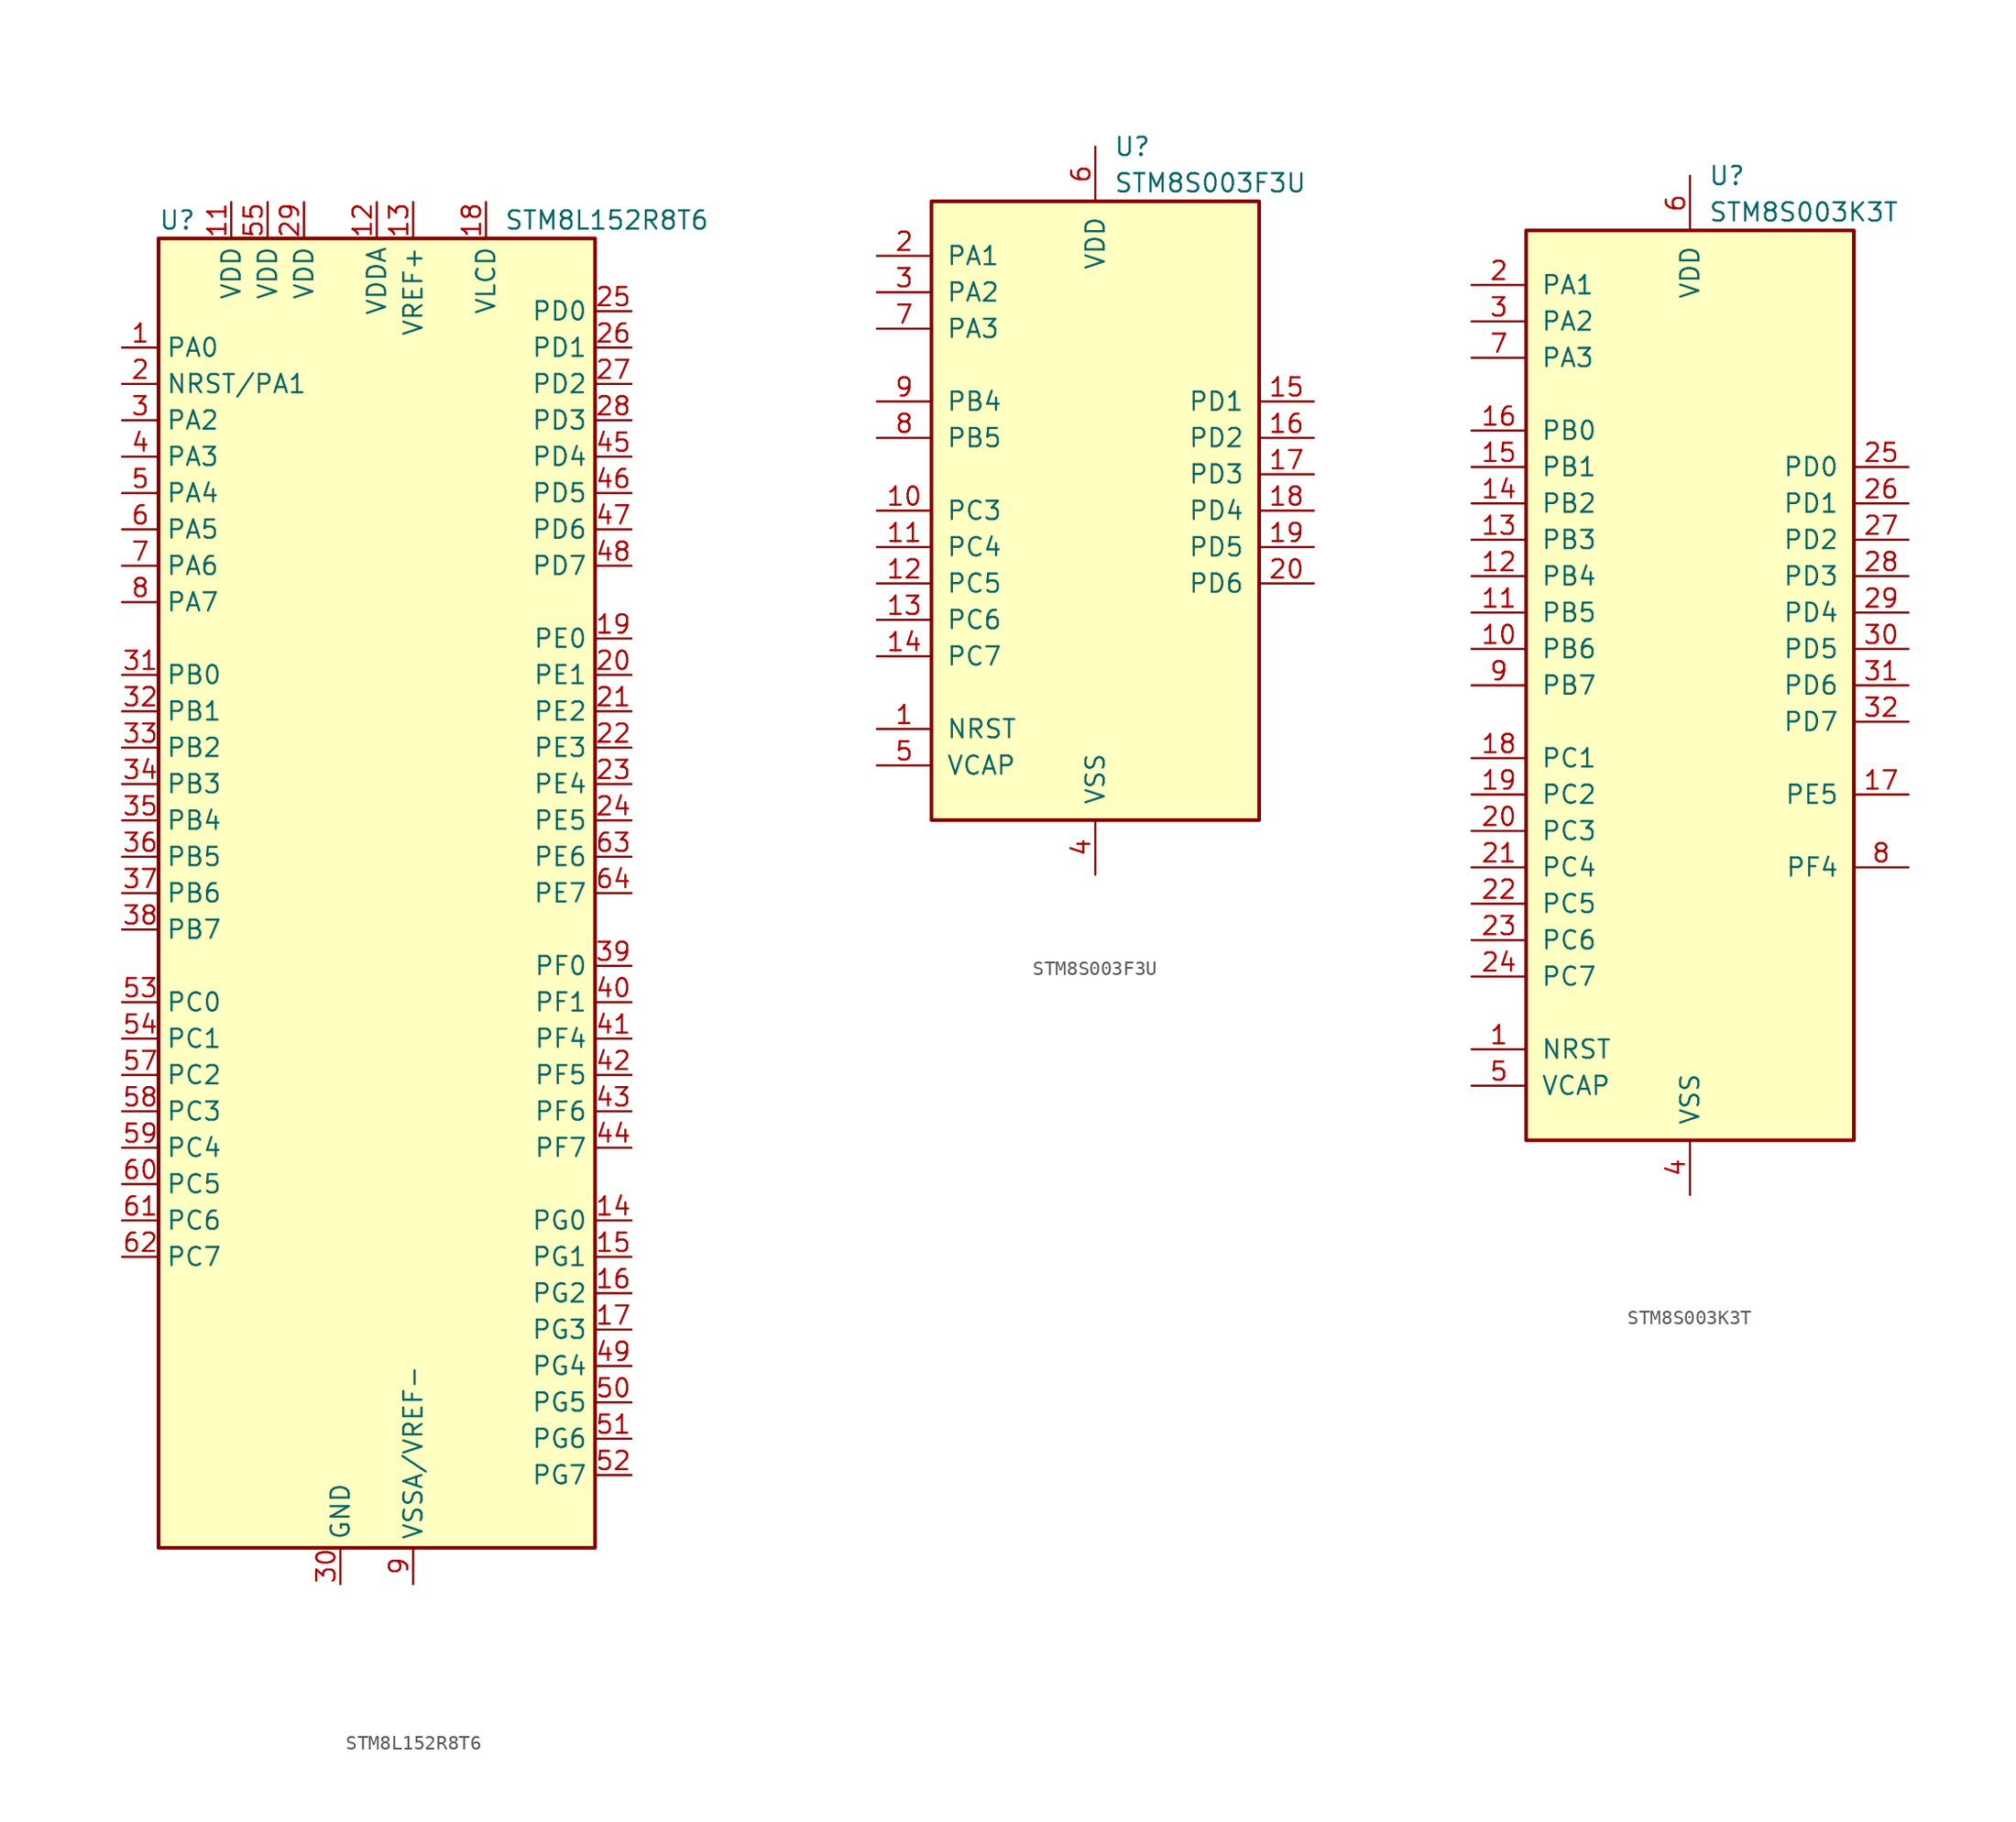
<source format=kicad_sym>
(kicad_symbol_lib
  (version 20211014)
  (generator kicad_symbol_editor)
  (symbol "STM8L152R8T6"
    (property "Reference" "U"
      (at -15.24 46.99 0)
      (effects (font (size 1.27 1.27)) (justify left)))
    (property "Value" "STM8L152R8T6"
      (at 8.89 46.99 0)
      (effects (font (size 1.27 1.27)) (justify left)))
    (symbol "STM8L152R8T6_0_0"
      (pin passive line (at -2.54 -48.26 90) (length 2.54) hide (name "GND" (effects (font (size 1.27 1.27)))) (number "10" (effects (font (size 1.27 1.27)))))
      (pin bidirectional line (at 17.78 12.7 180) (length 2.54) (name "PE2" (effects (font (size 1.27 1.27)))) (number "21" (effects (font (size 1.27 1.27)))))
      (pin bidirectional line (at 17.78 10.16 180) (length 2.54) (name "PE3" (effects (font (size 1.27 1.27)))) (number "22" (effects (font (size 1.27 1.27)))))
      (pin bidirectional line (at 17.78 7.62 180) (length 2.54) (name "PE4" (effects (font (size 1.27 1.27)))) (number "23" (effects (font (size 1.27 1.27)))))
      (pin bidirectional line (at 17.78 5.08 180) (length 2.54) (name "PE5" (effects (font (size 1.27 1.27)))) (number "24" (effects (font (size 1.27 1.27)))))
      (pin bidirectional line (at 17.78 40.64 180) (length 2.54) (name "PD0" (effects (font (size 1.27 1.27)))) (number "25" (effects (font (size 1.27 1.27)))))
      (pin bidirectional line (at 17.78 38.1 180) (length 2.54) (name "PD1" (effects (font (size 1.27 1.27)))) (number "26" (effects (font (size 1.27 1.27)))))
      (pin bidirectional line (at 17.78 35.56 180) (length 2.54) (name "PD2" (effects (font (size 1.27 1.27)))) (number "27" (effects (font (size 1.27 1.27)))))
      (pin bidirectional line (at 17.78 33.02 180) (length 2.54) (name "PD3" (effects (font (size 1.27 1.27)))) (number "28" (effects (font (size 1.27 1.27)))))
      (pin power_in line (at -5.08 48.26 270) (length 2.54) (name "VDD" (effects (font (size 1.27 1.27)))) (number "29" (effects (font (size 1.27 1.27)))))
      (pin power_in line (at -2.54 -48.26 90) (length 2.54) (name "GND" (effects (font (size 1.27 1.27)))) (number "30" (effects (font (size 1.27 1.27)))))
      (pin bidirectional line (at -17.78 15.24 0) (length 2.54) (name "PB0" (effects (font (size 1.27 1.27)))) (number "31" (effects (font (size 1.27 1.27)))))
      (pin bidirectional line (at -17.78 12.7 0) (length 2.54) (name "PB1" (effects (font (size 1.27 1.27)))) (number "32" (effects (font (size 1.27 1.27)))))
      (pin bidirectional line (at -17.78 10.16 0) (length 2.54) (name "PB2" (effects (font (size 1.27 1.27)))) (number "33" (effects (font (size 1.27 1.27)))))
      (pin bidirectional line (at -17.78 7.62 0) (length 2.54) (name "PB3" (effects (font (size 1.27 1.27)))) (number "34" (effects (font (size 1.27 1.27)))))
      (pin bidirectional line (at -17.78 5.08 0) (length 2.54) (name "PB4" (effects (font (size 1.27 1.27)))) (number "35" (effects (font (size 1.27 1.27)))))
      (pin bidirectional line (at -17.78 2.54 0) (length 2.54) (name "PB5" (effects (font (size 1.27 1.27)))) (number "36" (effects (font (size 1.27 1.27)))))
      (pin bidirectional line (at -17.78 0 0) (length 2.54) (name "PB6" (effects (font (size 1.27 1.27)))) (number "37" (effects (font (size 1.27 1.27)))))
      (pin bidirectional line (at -17.78 -2.54 0) (length 2.54) (name "PB7" (effects (font (size 1.27 1.27)))) (number "38" (effects (font (size 1.27 1.27)))))
      (pin bidirectional line (at 17.78 -5.08 180) (length 2.54) (name "PF0" (effects (font (size 1.27 1.27)))) (number "39" (effects (font (size 1.27 1.27)))))
      (pin bidirectional line (at 17.78 -7.62 180) (length 2.54) (name "PF1" (effects (font (size 1.27 1.27)))) (number "40" (effects (font (size 1.27 1.27)))))
      (pin bidirectional line (at 17.78 -10.16 180) (length 2.54) (name "PF4" (effects (font (size 1.27 1.27)))) (number "41" (effects (font (size 1.27 1.27)))))
      (pin bidirectional line (at 17.78 -12.7 180) (length 2.54) (name "PF5" (effects (font (size 1.27 1.27)))) (number "42" (effects (font (size 1.27 1.27)))))
      (pin bidirectional line (at 17.78 -15.24 180) (length 2.54) (name "PF6" (effects (font (size 1.27 1.27)))) (number "43" (effects (font (size 1.27 1.27)))))
      (pin bidirectional line (at 17.78 -17.78 180) (length 2.54) (name "PF7" (effects (font (size 1.27 1.27)))) (number "44" (effects (font (size 1.27 1.27)))))
      (pin bidirectional line (at 17.78 30.48 180) (length 2.54) (name "PD4" (effects (font (size 1.27 1.27)))) (number "45" (effects (font (size 1.27 1.27)))))
      (pin bidirectional line (at 17.78 27.94 180) (length 2.54) (name "PD5" (effects (font (size 1.27 1.27)))) (number "46" (effects (font (size 1.27 1.27)))))
      (pin bidirectional line (at 17.78 25.4 180) (length 2.54) (name "PD6" (effects (font (size 1.27 1.27)))) (number "47" (effects (font (size 1.27 1.27)))))
      (pin bidirectional line (at 17.78 22.86 180) (length 2.54) (name "PD7" (effects (font (size 1.27 1.27)))) (number "48" (effects (font (size 1.27 1.27)))))
      (pin bidirectional line (at 17.78 -33.02 180) (length 2.54) (name "PG4" (effects (font (size 1.27 1.27)))) (number "49" (effects (font (size 1.27 1.27)))))
      (pin bidirectional line (at 17.78 -35.56 180) (length 2.54) (name "PG5" (effects (font (size 1.27 1.27)))) (number "50" (effects (font (size 1.27 1.27)))))
      (pin bidirectional line (at 17.78 -38.1 180) (length 2.54) (name "PG6" (effects (font (size 1.27 1.27)))) (number "51" (effects (font (size 1.27 1.27)))))
      (pin bidirectional line (at 17.78 -40.64 180) (length 2.54) (name "PG7" (effects (font (size 1.27 1.27)))) (number "52" (effects (font (size 1.27 1.27)))))
      (pin bidirectional line (at -17.78 -7.62 0) (length 2.54) (name "PC0" (effects (font (size 1.27 1.27)))) (number "53" (effects (font (size 1.27 1.27)))))
      (pin bidirectional line (at -17.78 -10.16 0) (length 2.54) (name "PC1" (effects (font (size 1.27 1.27)))) (number "54" (effects (font (size 1.27 1.27)))))
      (pin power_in line (at -7.62 48.26 270) (length 2.54) (name "VDD" (effects (font (size 1.27 1.27)))) (number "55" (effects (font (size 1.27 1.27)))))
      (pin passive line (at -2.54 -48.26 90) (length 2.54) hide (name "GND" (effects (font (size 1.27 1.27)))) (number "56" (effects (font (size 1.27 1.27)))))
      (pin bidirectional line (at -17.78 -12.7 0) (length 2.54) (name "PC2" (effects (font (size 1.27 1.27)))) (number "57" (effects (font (size 1.27 1.27)))))
      (pin bidirectional line (at -17.78 -15.24 0) (length 2.54) (name "PC3" (effects (font (size 1.27 1.27)))) (number "58" (effects (font (size 1.27 1.27)))))
      (pin bidirectional line (at -17.78 -17.78 0) (length 2.54) (name "PC4" (effects (font (size 1.27 1.27)))) (number "59" (effects (font (size 1.27 1.27)))))
      (pin bidirectional line (at -17.78 -20.32 0) (length 2.54) (name "PC5" (effects (font (size 1.27 1.27)))) (number "60" (effects (font (size 1.27 1.27)))))
      (pin bidirectional line (at -17.78 -22.86 0) (length 2.54) (name "PC6" (effects (font (size 1.27 1.27)))) (number "61" (effects (font (size 1.27 1.27)))))
      (pin bidirectional line (at -17.78 -25.4 0) (length 2.54) (name "PC7" (effects (font (size 1.27 1.27)))) (number "62" (effects (font (size 1.27 1.27)))))
      (pin bidirectional line (at 17.78 2.54 180) (length 2.54) (name "PE6" (effects (font (size 1.27 1.27)))) (number "63" (effects (font (size 1.27 1.27)))))
      (pin bidirectional line (at 17.78 0 180) (length 2.54) (name "PE7" (effects (font (size 1.27 1.27)))) (number "64" (effects (font (size 1.27 1.27))))))
    (symbol "STM8L152R8T6_0_1"
      (rectangle (start -15.24 45.72) (end 15.24 -45.72) (stroke (width 0.254) (type default) (color 0 0 0 0)) (fill (type background))))
    (symbol "STM8L152R8T6_1_1"
      (pin bidirectional line (at -17.78 38.1 0) (length 2.54) (name "PA0" (effects (font (size 1.27 1.27)))) (number "1" (effects (font (size 1.27 1.27)))))
      (pin power_in line (at -10.16 48.26 270) (length 2.54) (name "VDD" (effects (font (size 1.27 1.27)))) (number "11" (effects (font (size 1.27 1.27)))))
      (pin power_in line (at 0 48.26 270) (length 2.54) (name "VDDA" (effects (font (size 1.27 1.27)))) (number "12" (effects (font (size 1.27 1.27)))))
      (pin power_in line (at 2.54 48.26 270) (length 2.54) (name "VREF+" (effects (font (size 1.27 1.27)))) (number "13" (effects (font (size 1.27 1.27)))))
      (pin bidirectional line (at 17.78 -22.86 180) (length 2.54) (name "PG0" (effects (font (size 1.27 1.27)))) (number "14" (effects (font (size 1.27 1.27)))))
      (pin bidirectional line (at 17.78 -25.4 180) (length 2.54) (name "PG1" (effects (font (size 1.27 1.27)))) (number "15" (effects (font (size 1.27 1.27)))))
      (pin bidirectional line (at 17.78 -27.94 180) (length 2.54) (name "PG2" (effects (font (size 1.27 1.27)))) (number "16" (effects (font (size 1.27 1.27)))))
      (pin bidirectional line (at 17.78 -30.48 180) (length 2.54) (name "PG3" (effects (font (size 1.27 1.27)))) (number "17" (effects (font (size 1.27 1.27)))))
      (pin power_in line (at 7.62 48.26 270) (length 2.54) (name "VLCD" (effects (font (size 1.27 1.27)))) (number "18" (effects (font (size 1.27 1.27)))))
      (pin bidirectional line (at 17.78 17.78 180) (length 2.54) (name "PE0" (effects (font (size 1.27 1.27)))) (number "19" (effects (font (size 1.27 1.27)))))
      (pin bidirectional line (at -17.78 35.56 0) (length 2.54) (name "NRST/PA1" (effects (font (size 1.27 1.27)))) (number "2" (effects (font (size 1.27 1.27)))))
      (pin bidirectional line (at 17.78 15.24 180) (length 2.54) (name "PE1" (effects (font (size 1.27 1.27)))) (number "20" (effects (font (size 1.27 1.27)))))
      (pin bidirectional line (at -17.78 33.02 0) (length 2.54) (name "PA2" (effects (font (size 1.27 1.27)))) (number "3" (effects (font (size 1.27 1.27)))))
      (pin bidirectional line (at -17.78 30.48 0) (length 2.54) (name "PA3" (effects (font (size 1.27 1.27)))) (number "4" (effects (font (size 1.27 1.27)))))
      (pin bidirectional line (at -17.78 27.94 0) (length 2.54) (name "PA4" (effects (font (size 1.27 1.27)))) (number "5" (effects (font (size 1.27 1.27)))))
      (pin bidirectional line (at -17.78 25.4 0) (length 2.54) (name "PA5" (effects (font (size 1.27 1.27)))) (number "6" (effects (font (size 1.27 1.27)))))
      (pin bidirectional line (at -17.78 22.86 0) (length 2.54) (name "PA6" (effects (font (size 1.27 1.27)))) (number "7" (effects (font (size 1.27 1.27)))))
      (pin bidirectional line (at -17.78 20.32 0) (length 2.54) (name "PA7" (effects (font (size 1.27 1.27)))) (number "8" (effects (font (size 1.27 1.27)))))
      (pin power_in line (at 2.54 -48.26 90) (length 2.54) (name "VSSA/VREF-" (effects (font (size 1.27 1.27)))) (number "9" (effects (font (size 1.27 1.27)))))))
  (symbol "STM8S003F3U"
    (pin_names
      (offset 1.016))
    (property "Reference" "U"
      (at 1.27 25.4 0)
      (effects (font (size 1.27 1.27)) (justify left)))
    (property "Value" "STM8S003F3U"
      (at 1.27 22.86 0)
      (effects (font (size 1.27 1.27)) (justify left)))
    (symbol "STM8S003F3U_0_1"
      (rectangle (start -11.43 21.59) (end 11.43 -21.59) (stroke (width 0.254) (type default) (color 0 0 0 0)) (fill (type background))))
    (symbol "STM8S003F3U_1_1"
      (pin input line (at -15.24 -15.24 0) (length 3.81) (name "NRST" (effects (font (size 1.27 1.27)))) (number "1" (effects (font (size 1.27 1.27)))))
      (pin bidirectional line (at -15.24 0 0) (length 3.81) (name "PC3" (effects (font (size 1.27 1.27)))) (number "10" (effects (font (size 1.27 1.27)))))
      (pin bidirectional line (at -15.24 -2.54 0) (length 3.81) (name "PC4" (effects (font (size 1.27 1.27)))) (number "11" (effects (font (size 1.27 1.27)))))
      (pin bidirectional line (at -15.24 -5.08 0) (length 3.81) (name "PC5" (effects (font (size 1.27 1.27)))) (number "12" (effects (font (size 1.27 1.27)))))
      (pin bidirectional line (at -15.24 -7.62 0) (length 3.81) (name "PC6" (effects (font (size 1.27 1.27)))) (number "13" (effects (font (size 1.27 1.27)))))
      (pin bidirectional line (at -15.24 -10.16 0) (length 3.81) (name "PC7" (effects (font (size 1.27 1.27)))) (number "14" (effects (font (size 1.27 1.27)))))
      (pin bidirectional line (at 15.24 7.62 180) (length 3.81) (name "PD1" (effects (font (size 1.27 1.27)))) (number "15" (effects (font (size 1.27 1.27)))))
      (pin bidirectional line (at 15.24 5.08 180) (length 3.81) (name "PD2" (effects (font (size 1.27 1.27)))) (number "16" (effects (font (size 1.27 1.27)))))
      (pin bidirectional line (at 15.24 2.54 180) (length 3.81) (name "PD3" (effects (font (size 1.27 1.27)))) (number "17" (effects (font (size 1.27 1.27)))))
      (pin bidirectional line (at 15.24 0 180) (length 3.81) (name "PD4" (effects (font (size 1.27 1.27)))) (number "18" (effects (font (size 1.27 1.27)))))
      (pin bidirectional line (at 15.24 -2.54 180) (length 3.81) (name "PD5" (effects (font (size 1.27 1.27)))) (number "19" (effects (font (size 1.27 1.27)))))
      (pin bidirectional line (at -15.24 17.78 0) (length 3.81) (name "PA1" (effects (font (size 1.27 1.27)))) (number "2" (effects (font (size 1.27 1.27)))))
      (pin bidirectional line (at 15.24 -5.08 180) (length 3.81) (name "PD6" (effects (font (size 1.27 1.27)))) (number "20" (effects (font (size 1.27 1.27)))))
      (pin bidirectional line (at -15.24 15.24 0) (length 3.81) (name "PA2" (effects (font (size 1.27 1.27)))) (number "3" (effects (font (size 1.27 1.27)))))
      (pin power_in line (at 0 -25.4 90) (length 3.81) (name "VSS" (effects (font (size 1.27 1.27)))) (number "4" (effects (font (size 1.27 1.27)))))
      (pin passive line (at -15.24 -17.78 0) (length 3.81) (name "VCAP" (effects (font (size 1.27 1.27)))) (number "5" (effects (font (size 1.27 1.27)))))
      (pin power_in line (at 0 25.4 270) (length 3.81) (name "VDD" (effects (font (size 1.27 1.27)))) (number "6" (effects (font (size 1.27 1.27)))))
      (pin bidirectional line (at -15.24 12.7 0) (length 3.81) (name "PA3" (effects (font (size 1.27 1.27)))) (number "7" (effects (font (size 1.27 1.27)))))
      (pin bidirectional line (at -15.24 5.08 0) (length 3.81) (name "PB5" (effects (font (size 1.27 1.27)))) (number "8" (effects (font (size 1.27 1.27)))))
      (pin bidirectional line (at -15.24 7.62 0) (length 3.81) (name "PB4" (effects (font (size 1.27 1.27)))) (number "9" (effects (font (size 1.27 1.27)))))))
  (symbol "STM8S003K3T"
    (pin_names
      (offset 1.016))
    (property "Reference" "U"
      (at 1.27 35.56 0)
      (effects (font (size 1.27 1.27)) (justify left)))
    (property "Value" "STM8S003K3T"
      (at 1.27 33.02 0)
      (effects (font (size 1.27 1.27)) (justify left)))
    (symbol "STM8S003K3T_0_1"
      (rectangle (start -11.43 31.75) (end 11.43 -31.75) (stroke (width 0.254) (type default) (color 0 0 0 0)) (fill (type background))))
    (symbol "STM8S003K3T_1_1"
      (pin input line (at -15.24 -25.4 0) (length 3.81) (name "NRST" (effects (font (size 1.27 1.27)))) (number "1" (effects (font (size 1.27 1.27)))))
      (pin bidirectional line (at -15.24 2.54 0) (length 3.81) (name "PB6" (effects (font (size 1.27 1.27)))) (number "10" (effects (font (size 1.27 1.27)))))
      (pin bidirectional line (at -15.24 5.08 0) (length 3.81) (name "PB5" (effects (font (size 1.27 1.27)))) (number "11" (effects (font (size 1.27 1.27)))))
      (pin bidirectional line (at -15.24 7.62 0) (length 3.81) (name "PB4" (effects (font (size 1.27 1.27)))) (number "12" (effects (font (size 1.27 1.27)))))
      (pin bidirectional line (at -15.24 10.16 0) (length 3.81) (name "PB3" (effects (font (size 1.27 1.27)))) (number "13" (effects (font (size 1.27 1.27)))))
      (pin bidirectional line (at -15.24 12.7 0) (length 3.81) (name "PB2" (effects (font (size 1.27 1.27)))) (number "14" (effects (font (size 1.27 1.27)))))
      (pin bidirectional line (at -15.24 15.24 0) (length 3.81) (name "PB1" (effects (font (size 1.27 1.27)))) (number "15" (effects (font (size 1.27 1.27)))))
      (pin bidirectional line (at -15.24 17.78 0) (length 3.81) (name "PB0" (effects (font (size 1.27 1.27)))) (number "16" (effects (font (size 1.27 1.27)))))
      (pin bidirectional line (at 15.24 -7.62 180) (length 3.81) (name "PE5" (effects (font (size 1.27 1.27)))) (number "17" (effects (font (size 1.27 1.27)))))
      (pin bidirectional line (at -15.24 -5.08 0) (length 3.81) (name "PC1" (effects (font (size 1.27 1.27)))) (number "18" (effects (font (size 1.27 1.27)))))
      (pin bidirectional line (at -15.24 -7.62 0) (length 3.81) (name "PC2" (effects (font (size 1.27 1.27)))) (number "19" (effects (font (size 1.27 1.27)))))
      (pin bidirectional line (at -15.24 27.94 0) (length 3.81) (name "PA1" (effects (font (size 1.27 1.27)))) (number "2" (effects (font (size 1.27 1.27)))))
      (pin bidirectional line (at -15.24 -10.16 0) (length 3.81) (name "PC3" (effects (font (size 1.27 1.27)))) (number "20" (effects (font (size 1.27 1.27)))))
      (pin bidirectional line (at -15.24 -12.7 0) (length 3.81) (name "PC4" (effects (font (size 1.27 1.27)))) (number "21" (effects (font (size 1.27 1.27)))))
      (pin bidirectional line (at -15.24 -15.24 0) (length 3.81) (name "PC5" (effects (font (size 1.27 1.27)))) (number "22" (effects (font (size 1.27 1.27)))))
      (pin bidirectional line (at -15.24 -17.78 0) (length 3.81) (name "PC6" (effects (font (size 1.27 1.27)))) (number "23" (effects (font (size 1.27 1.27)))))
      (pin bidirectional line (at -15.24 -20.32 0) (length 3.81) (name "PC7" (effects (font (size 1.27 1.27)))) (number "24" (effects (font (size 1.27 1.27)))))
      (pin bidirectional line (at 15.24 15.24 180) (length 3.81) (name "PD0" (effects (font (size 1.27 1.27)))) (number "25" (effects (font (size 1.27 1.27)))))
      (pin bidirectional line (at 15.24 12.7 180) (length 3.81) (name "PD1" (effects (font (size 1.27 1.27)))) (number "26" (effects (font (size 1.27 1.27)))))
      (pin bidirectional line (at 15.24 10.16 180) (length 3.81) (name "PD2" (effects (font (size 1.27 1.27)))) (number "27" (effects (font (size 1.27 1.27)))))
      (pin bidirectional line (at 15.24 7.62 180) (length 3.81) (name "PD3" (effects (font (size 1.27 1.27)))) (number "28" (effects (font (size 1.27 1.27)))))
      (pin bidirectional line (at 15.24 5.08 180) (length 3.81) (name "PD4" (effects (font (size 1.27 1.27)))) (number "29" (effects (font (size 1.27 1.27)))))
      (pin bidirectional line (at -15.24 25.4 0) (length 3.81) (name "PA2" (effects (font (size 1.27 1.27)))) (number "3" (effects (font (size 1.27 1.27)))))
      (pin bidirectional line (at 15.24 2.54 180) (length 3.81) (name "PD5" (effects (font (size 1.27 1.27)))) (number "30" (effects (font (size 1.27 1.27)))))
      (pin bidirectional line (at 15.24 0 180) (length 3.81) (name "PD6" (effects (font (size 1.27 1.27)))) (number "31" (effects (font (size 1.27 1.27)))))
      (pin bidirectional line (at 15.24 -2.54 180) (length 3.81) (name "PD7" (effects (font (size 1.27 1.27)))) (number "32" (effects (font (size 1.27 1.27)))))
      (pin power_in line (at 0 -35.56 90) (length 3.81) (name "VSS" (effects (font (size 1.27 1.27)))) (number "4" (effects (font (size 1.27 1.27)))))
      (pin input line (at -15.24 -27.94 0) (length 3.81) (name "VCAP" (effects (font (size 1.27 1.27)))) (number "5" (effects (font (size 1.27 1.27)))))
      (pin power_in line (at 0 35.56 270) (length 3.81) (name "VDD" (effects (font (size 1.27 1.27)))) (number "6" (effects (font (size 1.27 1.27)))))
      (pin bidirectional line (at -15.24 22.86 0) (length 3.81) (name "PA3" (effects (font (size 1.27 1.27)))) (number "7" (effects (font (size 1.27 1.27)))))
      (pin bidirectional line (at 15.24 -12.7 180) (length 3.81) (name "PF4" (effects (font (size 1.27 1.27)))) (number "8" (effects (font (size 1.27 1.27)))))
      (pin bidirectional line (at -15.24 0 0) (length 3.81) (name "PB7" (effects (font (size 1.27 1.27)))) (number "9" (effects (font (size 1.27 1.27))))))))
</source>
